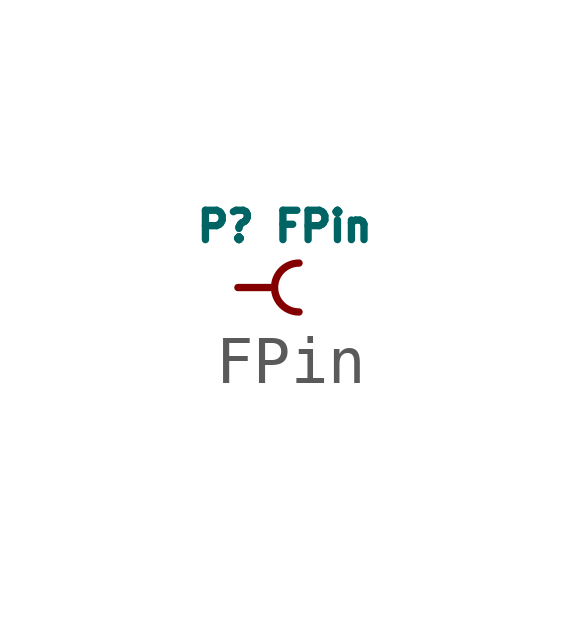
<source format=kicad_sym>
(kicad_symbol_lib
  (version 20220914)
  (generator kicad_symbol_editor)
  (symbol "FPin"
    (pin_numbers hide)
    (pin_names
      (offset 0))
    (property "Reference" "P"
      (at -1.524 1.27 0)
      (effects (font (size 0.61 0.61))))
    (property "Value" "FPin"
      (at 0.508 1.27 0)
      (effects (font (size 0.61 0.61))))
    (symbol "FPin_0_1"
      (arc (start 0 0.508) (mid -0.5058 0) (end 0 -0.508) (stroke (width 0) (type solid)) (fill (type none))))
    (symbol "FPin_1_1"
      (pin passive line (at -1.27 0 0) (length 0.686) (name "~" (effects (font (size 0.508 0.508)))) (number "1" (effects (font (size 0.508 0.508))))))))
</source>
